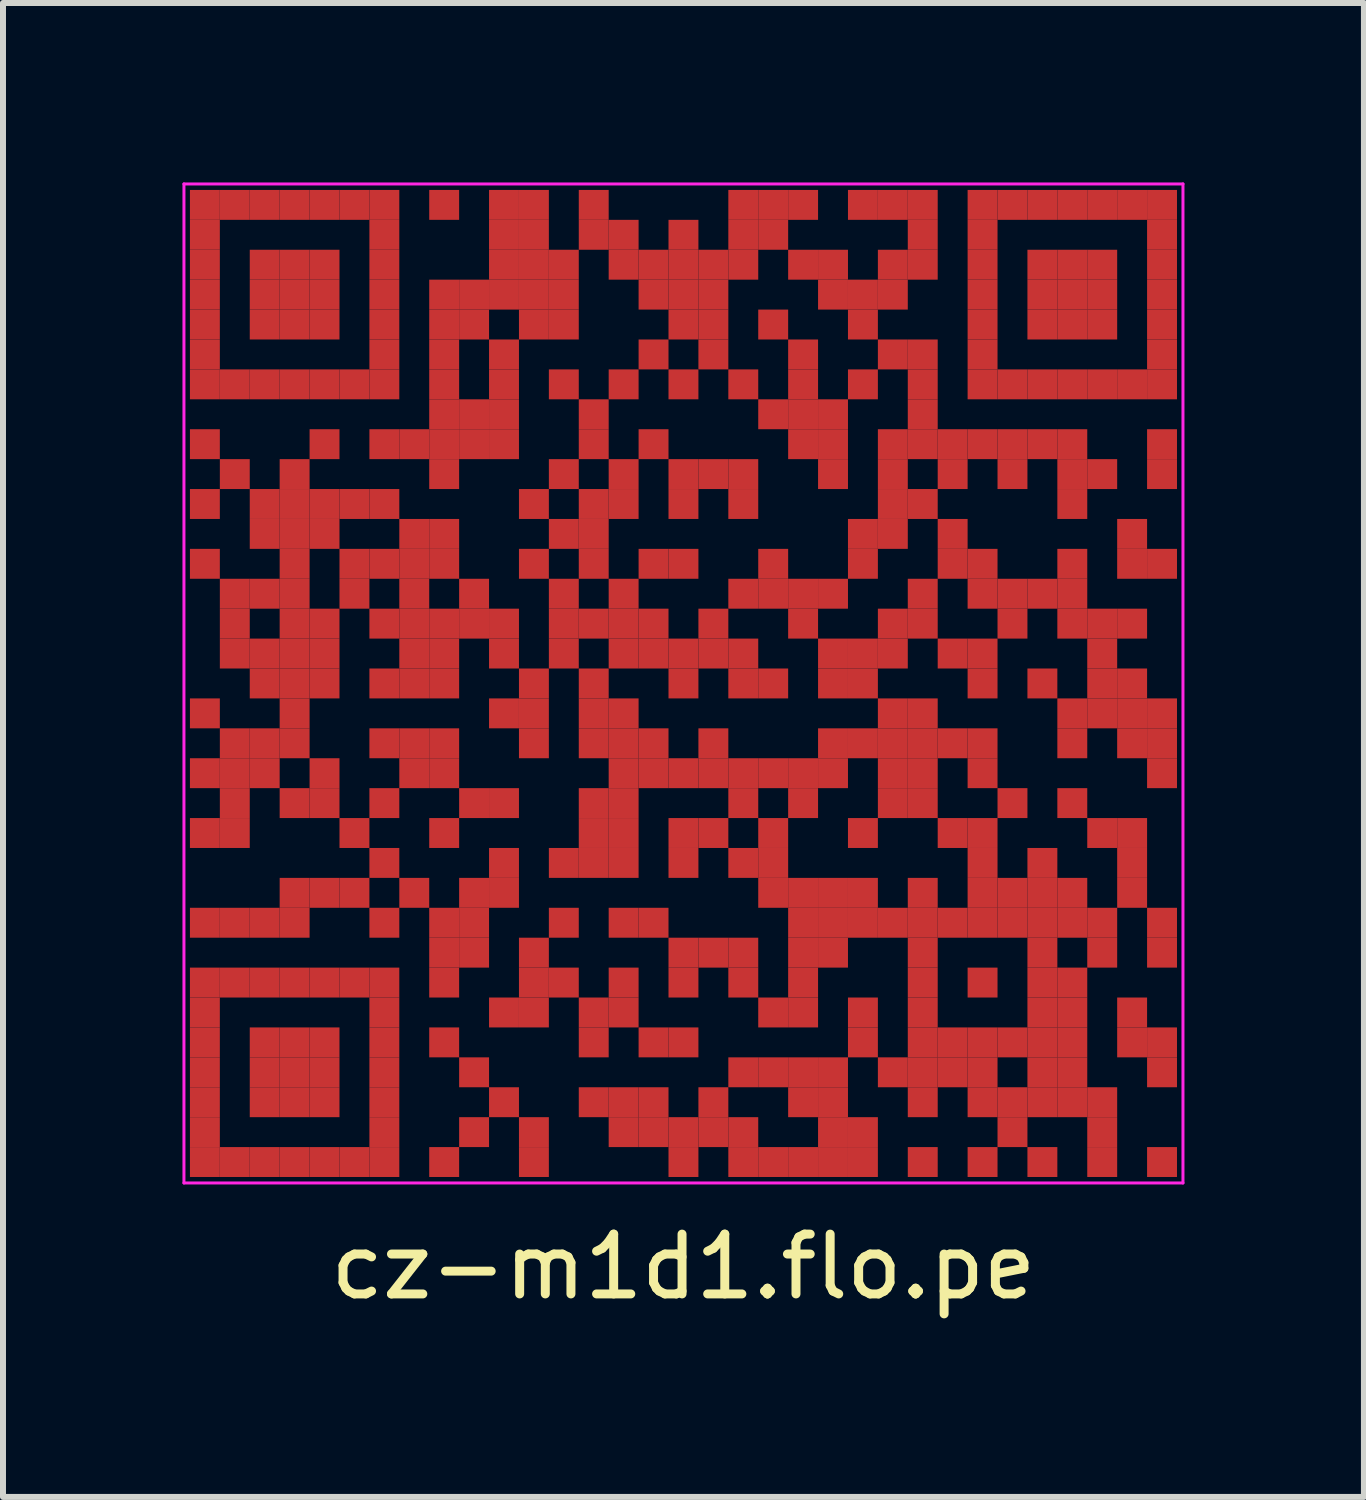
<source format=kicad_pcb>
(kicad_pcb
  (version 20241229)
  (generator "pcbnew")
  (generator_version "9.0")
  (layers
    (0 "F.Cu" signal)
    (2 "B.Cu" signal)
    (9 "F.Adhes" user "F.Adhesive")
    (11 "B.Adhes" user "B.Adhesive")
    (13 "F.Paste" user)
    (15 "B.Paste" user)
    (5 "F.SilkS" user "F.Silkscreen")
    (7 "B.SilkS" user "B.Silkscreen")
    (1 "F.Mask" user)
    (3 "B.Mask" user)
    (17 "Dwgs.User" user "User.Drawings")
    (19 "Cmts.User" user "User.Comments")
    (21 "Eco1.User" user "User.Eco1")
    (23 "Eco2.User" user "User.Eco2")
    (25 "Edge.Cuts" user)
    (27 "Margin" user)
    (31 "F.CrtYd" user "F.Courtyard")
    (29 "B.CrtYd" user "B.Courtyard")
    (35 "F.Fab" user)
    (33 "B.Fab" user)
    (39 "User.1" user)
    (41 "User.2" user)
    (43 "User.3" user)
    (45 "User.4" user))
  (footprint "cz-m1d1.flo.pe"
    (layer "F.Cu")
    (at 8.375 8.375)
    (property "Reference" "cz-m1d1.flo.pe" (at 0 9.75 0) (layer "F.SilkS") (effects (font (size 1 1) (thickness 0.15))))
    (fp_rect (start -8.3 -8.3) (end 8.3 8.3) (stroke (width 0) (type default)) (fill yes) (layer "F.Mask"))
    (fp_line (start -8.35 -8.35) (end 8.35 -8.35) (stroke (width 0.05) (type default)) (layer "F.CrtYd"))
    (fp_line (start -8.35 8.35) (end -8.35 -8.35) (stroke (width 0.05) (type default)) (layer "F.CrtYd"))
    (fp_line (start 8.35 -8.35) (end 8.35 8.35) (stroke (width 0.05) (type default)) (layer "F.CrtYd"))
    (fp_line (start 8.35 8.35) (end -8.35 8.35) (stroke (width 0.05) (type default)) (layer "F.CrtYd"))
    (pad "" smd rect (at -8 -8) (size 0.5 0.5) (layers "F.Cu"))
    (pad "" smd rect (at -8 -7.5) (size 0.5 0.5) (layers "F.Cu"))
    (pad "" smd rect (at -8 -7) (size 0.5 0.5) (layers "F.Cu"))
    (pad "" smd rect (at -8 -6.5) (size 0.5 0.5) (layers "F.Cu"))
    (pad "" smd rect (at -8 -6) (size 0.5 0.5) (layers "F.Cu"))
    (pad "" smd rect (at -8 -5.5) (size 0.5 0.5) (layers "F.Cu"))
    (pad "" smd rect (at -8 -5) (size 0.5 0.5) (layers "F.Cu"))
    (pad "" smd rect (at -8 -4) (size 0.5 0.5) (layers "F.Cu"))
    (pad "" smd rect (at -8 -3) (size 0.5 0.5) (layers "F.Cu"))
    (pad "" smd rect (at -8 -2) (size 0.5 0.5) (layers "F.Cu"))
    (pad "" smd rect (at -8 0.5) (size 0.5 0.5) (layers "F.Cu"))
    (pad "" smd rect (at -8 1.5) (size 0.5 0.5) (layers "F.Cu"))
    (pad "" smd rect (at -8 2.5) (size 0.5 0.5) (layers "F.Cu"))
    (pad "" smd rect (at -8 4) (size 0.5 0.5) (layers "F.Cu"))
    (pad "" smd rect (at -8 5) (size 0.5 0.5) (layers "F.Cu"))
    (pad "" smd rect (at -8 5.5) (size 0.5 0.5) (layers "F.Cu"))
    (pad "" smd rect (at -8 6) (size 0.5 0.5) (layers "F.Cu"))
    (pad "" smd rect (at -8 6.5) (size 0.5 0.5) (layers "F.Cu"))
    (pad "" smd rect (at -8 7) (size 0.5 0.5) (layers "F.Cu"))
    (pad "" smd rect (at -8 7.5) (size 0.5 0.5) (layers "F.Cu"))
    (pad "" smd rect (at -8 8) (size 0.5 0.5) (layers "F.Cu"))
    (pad "" smd rect (at -7.5 -8) (size 0.5 0.5) (layers "F.Cu"))
    (pad "" smd rect (at -7.5 -5) (size 0.5 0.5) (layers "F.Cu"))
    (pad "" smd rect (at -7.5 -3.5) (size 0.5 0.5) (layers "F.Cu"))
    (pad "" smd rect (at -7.5 -1.5) (size 0.5 0.5) (layers "F.Cu"))
    (pad "" smd rect (at -7.5 -1) (size 0.5 0.5) (layers "F.Cu"))
    (pad "" smd rect (at -7.5 -0.5) (size 0.5 0.5) (layers "F.Cu"))
    (pad "" smd rect (at -7.5 1) (size 0.5 0.5) (layers "F.Cu"))
    (pad "" smd rect (at -7.5 1.5) (size 0.5 0.5) (layers "F.Cu"))
    (pad "" smd rect (at -7.5 2) (size 0.5 0.5) (layers "F.Cu"))
    (pad "" smd rect (at -7.5 2.5) (size 0.5 0.5) (layers "F.Cu"))
    (pad "" smd rect (at -7.5 4) (size 0.5 0.5) (layers "F.Cu"))
    (pad "" smd rect (at -7.5 5) (size 0.5 0.5) (layers "F.Cu"))
    (pad "" smd rect (at -7.5 8) (size 0.5 0.5) (layers "F.Cu"))
    (pad "" smd rect (at -7 -8) (size 0.5 0.5) (layers "F.Cu"))
    (pad "" smd rect (at -7 -7) (size 0.5 0.5) (layers "F.Cu"))
    (pad "" smd rect (at -7 -6.5) (size 0.5 0.5) (layers "F.Cu"))
    (pad "" smd rect (at -7 -6) (size 0.5 0.5) (layers "F.Cu"))
    (pad "" smd rect (at -7 -5) (size 0.5 0.5) (layers "F.Cu"))
    (pad "" smd rect (at -7 -3) (size 0.5 0.5) (layers "F.Cu"))
    (pad "" smd rect (at -7 -2.5) (size 0.5 0.5) (layers "F.Cu"))
    (pad "" smd rect (at -7 -1.5) (size 0.5 0.5) (layers "F.Cu"))
    (pad "" smd rect (at -7 -0.5) (size 0.5 0.5) (layers "F.Cu"))
    (pad "" smd rect (at -7 0) (size 0.5 0.5) (layers "F.Cu"))
    (pad "" smd rect (at -7 1) (size 0.5 0.5) (layers "F.Cu"))
    (pad "" smd rect (at -7 1.5) (size 0.5 0.5) (layers "F.Cu"))
    (pad "" smd rect (at -7 4) (size 0.5 0.5) (layers "F.Cu"))
    (pad "" smd rect (at -7 5) (size 0.5 0.5) (layers "F.Cu"))
    (pad "" smd rect (at -7 6) (size 0.5 0.5) (layers "F.Cu"))
    (pad "" smd rect (at -7 6.5) (size 0.5 0.5) (layers "F.Cu"))
    (pad "" smd rect (at -7 7) (size 0.5 0.5) (layers "F.Cu"))
    (pad "" smd rect (at -7 8) (size 0.5 0.5) (layers "F.Cu"))
    (pad "" smd rect (at -6.5 -8) (size 0.5 0.5) (layers "F.Cu"))
    (pad "" smd rect (at -6.5 -7) (size 0.5 0.5) (layers "F.Cu"))
    (pad "" smd rect (at -6.5 -6.5) (size 0.5 0.5) (layers "F.Cu"))
    (pad "" smd rect (at -6.5 -6) (size 0.5 0.5) (layers "F.Cu"))
    (pad "" smd rect (at -6.5 -5) (size 0.5 0.5) (layers "F.Cu"))
    (pad "" smd rect (at -6.5 -3.5) (size 0.5 0.5) (layers "F.Cu"))
    (pad "" smd rect (at -6.5 -3) (size 0.5 0.5) (layers "F.Cu"))
    (pad "" smd rect (at -6.5 -2.5) (size 0.5 0.5) (layers "F.Cu"))
    (pad "" smd rect (at -6.5 -2) (size 0.5 0.5) (layers "F.Cu"))
    (pad "" smd rect (at -6.5 -1.5) (size 0.5 0.5) (layers "F.Cu"))
    (pad "" smd rect (at -6.5 -1) (size 0.5 0.5) (layers "F.Cu"))
    (pad "" smd rect (at -6.5 -0.5) (size 0.5 0.5) (layers "F.Cu"))
    (pad "" smd rect (at -6.5 0) (size 0.5 0.5) (layers "F.Cu"))
    (pad "" smd rect (at -6.5 0.5) (size 0.5 0.5) (layers "F.Cu"))
    (pad "" smd rect (at -6.5 1) (size 0.5 0.5) (layers "F.Cu"))
    (pad "" smd rect (at -6.5 2) (size 0.5 0.5) (layers "F.Cu"))
    (pad "" smd rect (at -6.5 3.5) (size 0.5 0.5) (layers "F.Cu"))
    (pad "" smd rect (at -6.5 4) (size 0.5 0.5) (layers "F.Cu"))
    (pad "" smd rect (at -6.5 5) (size 0.5 0.5) (layers "F.Cu"))
    (pad "" smd rect (at -6.5 6) (size 0.5 0.5) (layers "F.Cu"))
    (pad "" smd rect (at -6.5 6.5) (size 0.5 0.5) (layers "F.Cu"))
    (pad "" smd rect (at -6.5 7) (size 0.5 0.5) (layers "F.Cu"))
    (pad "" smd rect (at -6.5 8) (size 0.5 0.5) (layers "F.Cu"))
    (pad "" smd rect (at -6 -8) (size 0.5 0.5) (layers "F.Cu"))
    (pad "" smd rect (at -6 -7) (size 0.5 0.5) (layers "F.Cu"))
    (pad "" smd rect (at -6 -6.5) (size 0.5 0.5) (layers "F.Cu"))
    (pad "" smd rect (at -6 -6) (size 0.5 0.5) (layers "F.Cu"))
    (pad "" smd rect (at -6 -5) (size 0.5 0.5) (layers "F.Cu"))
    (pad "" smd rect (at -6 -4) (size 0.5 0.5) (layers "F.Cu"))
    (pad "" smd rect (at -6 -3) (size 0.5 0.5) (layers "F.Cu"))
    (pad "" smd rect (at -6 -2.5) (size 0.5 0.5) (layers "F.Cu"))
    (pad "" smd rect (at -6 -1) (size 0.5 0.5) (layers "F.Cu"))
    (pad "" smd rect (at -6 -0.5) (size 0.5 0.5) (layers "F.Cu"))
    (pad "" smd rect (at -6 0) (size 0.5 0.5) (layers "F.Cu"))
    (pad "" smd rect (at -6 1.5) (size 0.5 0.5) (layers "F.Cu"))
    (pad "" smd rect (at -6 2) (size 0.5 0.5) (layers "F.Cu"))
    (pad "" smd rect (at -6 3.5) (size 0.5 0.5) (layers "F.Cu"))
    (pad "" smd rect (at -6 5) (size 0.5 0.5) (layers "F.Cu"))
    (pad "" smd rect (at -6 6) (size 0.5 0.5) (layers "F.Cu"))
    (pad "" smd rect (at -6 6.5) (size 0.5 0.5) (layers "F.Cu"))
    (pad "" smd rect (at -6 7) (size 0.5 0.5) (layers "F.Cu"))
    (pad "" smd rect (at -6 8) (size 0.5 0.5) (layers "F.Cu"))
    (pad "" smd rect (at -5.5 -8) (size 0.5 0.5) (layers "F.Cu"))
    (pad "" smd rect (at -5.5 -5) (size 0.5 0.5) (layers "F.Cu"))
    (pad "" smd rect (at -5.5 -3) (size 0.5 0.5) (layers "F.Cu"))
    (pad "" smd rect (at -5.5 -2) (size 0.5 0.5) (layers "F.Cu"))
    (pad "" smd rect (at -5.5 -1.5) (size 0.5 0.5) (layers "F.Cu"))
    (pad "" smd rect (at -5.5 2.5) (size 0.5 0.5) (layers "F.Cu"))
    (pad "" smd rect (at -5.5 3.5) (size 0.5 0.5) (layers "F.Cu"))
    (pad "" smd rect (at -5.5 5) (size 0.5 0.5) (layers "F.Cu"))
    (pad "" smd rect (at -5.5 8) (size 0.5 0.5) (layers "F.Cu"))
    (pad "" smd rect (at -5 -8) (size 0.5 0.5) (layers "F.Cu"))
    (pad "" smd rect (at -5 -7.5) (size 0.5 0.5) (layers "F.Cu"))
    (pad "" smd rect (at -5 -7) (size 0.5 0.5) (layers "F.Cu"))
    (pad "" smd rect (at -5 -6.5) (size 0.5 0.5) (layers "F.Cu"))
    (pad "" smd rect (at -5 -6) (size 0.5 0.5) (layers "F.Cu"))
    (pad "" smd rect (at -5 -5.5) (size 0.5 0.5) (layers "F.Cu"))
    (pad "" smd rect (at -5 -5) (size 0.5 0.5) (layers "F.Cu"))
    (pad "" smd rect (at -5 -4) (size 0.5 0.5) (layers "F.Cu"))
    (pad "" smd rect (at -5 -3) (size 0.5 0.5) (layers "F.Cu"))
    (pad "" smd rect (at -5 -2) (size 0.5 0.5) (layers "F.Cu"))
    (pad "" smd rect (at -5 -1) (size 0.5 0.5) (layers "F.Cu"))
    (pad "" smd rect (at -5 0) (size 0.5 0.5) (layers "F.Cu"))
    (pad "" smd rect (at -5 1) (size 0.5 0.5) (layers "F.Cu"))
    (pad "" smd rect (at -5 2) (size 0.5 0.5) (layers "F.Cu"))
    (pad "" smd rect (at -5 3) (size 0.5 0.5) (layers "F.Cu"))
    (pad "" smd rect (at -5 4) (size 0.5 0.5) (layers "F.Cu"))
    (pad "" smd rect (at -5 5) (size 0.5 0.5) (layers "F.Cu"))
    (pad "" smd rect (at -5 5.5) (size 0.5 0.5) (layers "F.Cu"))
    (pad "" smd rect (at -5 6) (size 0.5 0.5) (layers "F.Cu"))
    (pad "" smd rect (at -5 6.5) (size 0.5 0.5) (layers "F.Cu"))
    (pad "" smd rect (at -5 7) (size 0.5 0.5) (layers "F.Cu"))
    (pad "" smd rect (at -5 7.5) (size 0.5 0.5) (layers "F.Cu"))
    (pad "" smd rect (at -5 8) (size 0.5 0.5) (layers "F.Cu"))
    (pad "" smd rect (at -4.5 -4) (size 0.5 0.5) (layers "F.Cu"))
    (pad "" smd rect (at -4.5 -2.5) (size 0.5 0.5) (layers "F.Cu"))
    (pad "" smd rect (at -4.5 -2) (size 0.5 0.5) (layers "F.Cu"))
    (pad "" smd rect (at -4.5 -1.5) (size 0.5 0.5) (layers "F.Cu"))
    (pad "" smd rect (at -4.5 -1) (size 0.5 0.5) (layers "F.Cu"))
    (pad "" smd rect (at -4.5 -0.5) (size 0.5 0.5) (layers "F.Cu"))
    (pad "" smd rect (at -4.5 0) (size 0.5 0.5) (layers "F.Cu"))
    (pad "" smd rect (at -4.5 1) (size 0.5 0.5) (layers "F.Cu"))
    (pad "" smd rect (at -4.5 1.5) (size 0.5 0.5) (layers "F.Cu"))
    (pad "" smd rect (at -4.5 3.5) (size 0.5 0.5) (layers "F.Cu"))
    (pad "" smd rect (at -4 -8) (size 0.5 0.5) (layers "F.Cu"))
    (pad "" smd rect (at -4 -6.5) (size 0.5 0.5) (layers "F.Cu"))
    (pad "" smd rect (at -4 -6) (size 0.5 0.5) (layers "F.Cu"))
    (pad "" smd rect (at -4 -5.5) (size 0.5 0.5) (layers "F.Cu"))
    (pad "" smd rect (at -4 -5) (size 0.5 0.5) (layers "F.Cu"))
    (pad "" smd rect (at -4 -4.5) (size 0.5 0.5) (layers "F.Cu"))
    (pad "" smd rect (at -4 -4) (size 0.5 0.5) (layers "F.Cu"))
    (pad "" smd rect (at -4 -3.5) (size 0.5 0.5) (layers "F.Cu"))
    (pad "" smd rect (at -4 -2.5) (size 0.5 0.5) (layers "F.Cu"))
    (pad "" smd rect (at -4 -2) (size 0.5 0.5) (layers "F.Cu"))
    (pad "" smd rect (at -4 -1) (size 0.5 0.5) (layers "F.Cu"))
    (pad "" smd rect (at -4 -0.5) (size 0.5 0.5) (layers "F.Cu"))
    (pad "" smd rect (at -4 0) (size 0.5 0.5) (layers "F.Cu"))
    (pad "" smd rect (at -4 1) (size 0.5 0.5) (layers "F.Cu"))
    (pad "" smd rect (at -4 1.5) (size 0.5 0.5) (layers "F.Cu"))
    (pad "" smd rect (at -4 2.5) (size 0.5 0.5) (layers "F.Cu"))
    (pad "" smd rect (at -4 4) (size 0.5 0.5) (layers "F.Cu"))
    (pad "" smd rect (at -4 4.5) (size 0.5 0.5) (layers "F.Cu"))
    (pad "" smd rect (at -4 5) (size 0.5 0.5) (layers "F.Cu"))
    (pad "" smd rect (at -4 6) (size 0.5 0.5) (layers "F.Cu"))
    (pad "" smd rect (at -4 8) (size 0.5 0.5) (layers "F.Cu"))
    (pad "" smd rect (at -3.5 -6.5) (size 0.5 0.5) (layers "F.Cu"))
    (pad "" smd rect (at -3.5 -6) (size 0.5 0.5) (layers "F.Cu"))
    (pad "" smd rect (at -3.5 -4.5) (size 0.5 0.5) (layers "F.Cu"))
    (pad "" smd rect (at -3.5 -4) (size 0.5 0.5) (layers "F.Cu"))
    (pad "" smd rect (at -3.5 -1.5) (size 0.5 0.5) (layers "F.Cu"))
    (pad "" smd rect (at -3.5 -1) (size 0.5 0.5) (layers "F.Cu"))
    (pad "" smd rect (at -3.5 2) (size 0.5 0.5) (layers "F.Cu"))
    (pad "" smd rect (at -3.5 3.5) (size 0.5 0.5) (layers "F.Cu"))
    (pad "" smd rect (at -3.5 4) (size 0.5 0.5) (layers "F.Cu"))
    (pad "" smd rect (at -3.5 4.5) (size 0.5 0.5) (layers "F.Cu"))
    (pad "" smd rect (at -3.5 6.5) (size 0.5 0.5) (layers "F.Cu"))
    (pad "" smd rect (at -3.5 7.5) (size 0.5 0.5) (layers "F.Cu"))
    (pad "" smd rect (at -3 -8) (size 0.5 0.5) (layers "F.Cu"))
    (pad "" smd rect (at -3 -7.5) (size 0.5 0.5) (layers "F.Cu"))
    (pad "" smd rect (at -3 -7) (size 0.5 0.5) (layers "F.Cu"))
    (pad "" smd rect (at -3 -6.5) (size 0.5 0.5) (layers "F.Cu"))
    (pad "" smd rect (at -3 -5.5) (size 0.5 0.5) (layers "F.Cu"))
    (pad "" smd rect (at -3 -5) (size 0.5 0.5) (layers "F.Cu"))
    (pad "" smd rect (at -3 -4.5) (size 0.5 0.5) (layers "F.Cu"))
    (pad "" smd rect (at -3 -4) (size 0.5 0.5) (layers "F.Cu"))
    (pad "" smd rect (at -3 -1) (size 0.5 0.5) (layers "F.Cu"))
    (pad "" smd rect (at -3 -0.5) (size 0.5 0.5) (layers "F.Cu"))
    (pad "" smd rect (at -3 0.5) (size 0.5 0.5) (layers "F.Cu"))
    (pad "" smd rect (at -3 2) (size 0.5 0.5) (layers "F.Cu"))
    (pad "" smd rect (at -3 3) (size 0.5 0.5) (layers "F.Cu"))
    (pad "" smd rect (at -3 3.5) (size 0.5 0.5) (layers "F.Cu"))
    (pad "" smd rect (at -3 5.5) (size 0.5 0.5) (layers "F.Cu"))
    (pad "" smd rect (at -3 7) (size 0.5 0.5) (layers "F.Cu"))
    (pad "" smd rect (at -2.5 -8) (size 0.5 0.5) (layers "F.Cu"))
    (pad "" smd rect (at -2.5 -7.5) (size 0.5 0.5) (layers "F.Cu"))
    (pad "" smd rect (at -2.5 -7) (size 0.5 0.5) (layers "F.Cu"))
    (pad "" smd rect (at -2.5 -6.5) (size 0.5 0.5) (layers "F.Cu"))
    (pad "" smd rect (at -2.5 -6) (size 0.5 0.5) (layers "F.Cu"))
    (pad "" smd rect (at -2.5 -3) (size 0.5 0.5) (layers "F.Cu"))
    (pad "" smd rect (at -2.5 -2) (size 0.5 0.5) (layers "F.Cu"))
    (pad "" smd rect (at -2.5 0) (size 0.5 0.5) (layers "F.Cu"))
    (pad "" smd rect (at -2.5 0.5) (size 0.5 0.5) (layers "F.Cu"))
    (pad "" smd rect (at -2.5 1) (size 0.5 0.5) (layers "F.Cu"))
    (pad "" smd rect (at -2.5 4.5) (size 0.5 0.5) (layers "F.Cu"))
    (pad "" smd rect (at -2.5 5) (size 0.5 0.5) (layers "F.Cu"))
    (pad "" smd rect (at -2.5 5.5) (size 0.5 0.5) (layers "F.Cu"))
    (pad "" smd rect (at -2.5 7.5) (size 0.5 0.5) (layers "F.Cu"))
    (pad "" smd rect (at -2.5 8) (size 0.5 0.5) (layers "F.Cu"))
    (pad "" smd rect (at -2 -7) (size 0.5 0.5) (layers "F.Cu"))
    (pad "" smd rect (at -2 -6.5) (size 0.5 0.5) (layers "F.Cu"))
    (pad "" smd rect (at -2 -6) (size 0.5 0.5) (layers "F.Cu"))
    (pad "" smd rect (at -2 -5) (size 0.5 0.5) (layers "F.Cu"))
    (pad "" smd rect (at -2 -3.5) (size 0.5 0.5) (layers "F.Cu"))
    (pad "" smd rect (at -2 -2.5) (size 0.5 0.5) (layers "F.Cu"))
    (pad "" smd rect (at -2 -1.5) (size 0.5 0.5) (layers "F.Cu"))
    (pad "" smd rect (at -2 -1) (size 0.5 0.5) (layers "F.Cu"))
    (pad "" smd rect (at -2 -0.5) (size 0.5 0.5) (layers "F.Cu"))
    (pad "" smd rect (at -2 3) (size 0.5 0.5) (layers "F.Cu"))
    (pad "" smd rect (at -2 4) (size 0.5 0.5) (layers "F.Cu"))
    (pad "" smd rect (at -2 5) (size 0.5 0.5) (layers "F.Cu"))
    (pad "" smd rect (at -1.5 -8) (size 0.5 0.5) (layers "F.Cu"))
    (pad "" smd rect (at -1.5 -7.5) (size 0.5 0.5) (layers "F.Cu"))
    (pad "" smd rect (at -1.5 -4.5) (size 0.5 0.5) (layers "F.Cu"))
    (pad "" smd rect (at -1.5 -4) (size 0.5 0.5) (layers "F.Cu"))
    (pad "" smd rect (at -1.5 -3) (size 0.5 0.5) (layers "F.Cu"))
    (pad "" smd rect (at -1.5 -2.5) (size 0.5 0.5) (layers "F.Cu"))
    (pad "" smd rect (at -1.5 -2) (size 0.5 0.5) (layers "F.Cu"))
    (pad "" smd rect (at -1.5 -1) (size 0.5 0.5) (layers "F.Cu"))
    (pad "" smd rect (at -1.5 0) (size 0.5 0.5) (layers "F.Cu"))
    (pad "" smd rect (at -1.5 0.5) (size 0.5 0.5) (layers "F.Cu"))
    (pad "" smd rect (at -1.5 1) (size 0.5 0.5) (layers "F.Cu"))
    (pad "" smd rect (at -1.5 2) (size 0.5 0.5) (layers "F.Cu"))
    (pad "" smd rect (at -1.5 2.5) (size 0.5 0.5) (layers "F.Cu"))
    (pad "" smd rect (at -1.5 3) (size 0.5 0.5) (layers "F.Cu"))
    (pad "" smd rect (at -1.5 5.5) (size 0.5 0.5) (layers "F.Cu"))
    (pad "" smd rect (at -1.5 6) (size 0.5 0.5) (layers "F.Cu"))
    (pad "" smd rect (at -1.5 7) (size 0.5 0.5) (layers "F.Cu"))
    (pad "" smd rect (at -1 -7.5) (size 0.5 0.5) (layers "F.Cu"))
    (pad "" smd rect (at -1 -7) (size 0.5 0.5) (layers "F.Cu"))
    (pad "" smd rect (at -1 -5) (size 0.5 0.5) (layers "F.Cu"))
    (pad "" smd rect (at -1 -3.5) (size 0.5 0.5) (layers "F.Cu"))
    (pad "" smd rect (at -1 -3) (size 0.5 0.5) (layers "F.Cu"))
    (pad "" smd rect (at -1 -1.5) (size 0.5 0.5) (layers "F.Cu"))
    (pad "" smd rect (at -1 -1) (size 0.5 0.5) (layers "F.Cu"))
    (pad "" smd rect (at -1 -0.5) (size 0.5 0.5) (layers "F.Cu"))
    (pad "" smd rect (at -1 0.5) (size 0.5 0.5) (layers "F.Cu"))
    (pad "" smd rect (at -1 1) (size 0.5 0.5) (layers "F.Cu"))
    (pad "" smd rect (at -1 1.5) (size 0.5 0.5) (layers "F.Cu"))
    (pad "" smd rect (at -1 2) (size 0.5 0.5) (layers "F.Cu"))
    (pad "" smd rect (at -1 2.5) (size 0.5 0.5) (layers "F.Cu"))
    (pad "" smd rect (at -1 3) (size 0.5 0.5) (layers "F.Cu"))
    (pad "" smd rect (at -1 4) (size 0.5 0.5) (layers "F.Cu"))
    (pad "" smd rect (at -1 5) (size 0.5 0.5) (layers "F.Cu"))
    (pad "" smd rect (at -1 5.5) (size 0.5 0.5) (layers "F.Cu"))
    (pad "" smd rect (at -1 7) (size 0.5 0.5) (layers "F.Cu"))
    (pad "" smd rect (at -1 7.5) (size 0.5 0.5) (layers "F.Cu"))
    (pad "" smd rect (at -0.5 -7) (size 0.5 0.5) (layers "F.Cu"))
    (pad "" smd rect (at -0.5 -6.5) (size 0.5 0.5) (layers "F.Cu"))
    (pad "" smd rect (at -0.5 -5.5) (size 0.5 0.5) (layers "F.Cu"))
    (pad "" smd rect (at -0.5 -4) (size 0.5 0.5) (layers "F.Cu"))
    (pad "" smd rect (at -0.5 -2) (size 0.5 0.5) (layers "F.Cu"))
    (pad "" smd rect (at -0.5 -1) (size 0.5 0.5) (layers "F.Cu"))
    (pad "" smd rect (at -0.5 -0.5) (size 0.5 0.5) (layers "F.Cu"))
    (pad "" smd rect (at -0.5 1) (size 0.5 0.5) (layers "F.Cu"))
    (pad "" smd rect (at -0.5 1.5) (size 0.5 0.5) (layers "F.Cu"))
    (pad "" smd rect (at -0.5 4) (size 0.5 0.5) (layers "F.Cu"))
    (pad "" smd rect (at -0.5 6) (size 0.5 0.5) (layers "F.Cu"))
    (pad "" smd rect (at -0.5 7) (size 0.5 0.5) (layers "F.Cu"))
    (pad "" smd rect (at -0.5 7.5) (size 0.5 0.5) (layers "F.Cu"))
    (pad "" smd rect (at 0 -7.5) (size 0.5 0.5) (layers "F.Cu"))
    (pad "" smd rect (at 0 -7) (size 0.5 0.5) (layers "F.Cu"))
    (pad "" smd rect (at 0 -6.5) (size 0.5 0.5) (layers "F.Cu"))
    (pad "" smd rect (at 0 -6) (size 0.5 0.5) (layers "F.Cu"))
    (pad "" smd rect (at 0 -5) (size 0.5 0.5) (layers "F.Cu"))
    (pad "" smd rect (at 0 -3.5) (size 0.5 0.5) (layers "F.Cu"))
    (pad "" smd rect (at 0 -3) (size 0.5 0.5) (layers "F.Cu"))
    (pad "" smd rect (at 0 -2) (size 0.5 0.5) (layers "F.Cu"))
    (pad "" smd rect (at 0 -0.5) (size 0.5 0.5) (layers "F.Cu"))
    (pad "" smd rect (at 0 0) (size 0.5 0.5) (layers "F.Cu"))
    (pad "" smd rect (at 0 1.5) (size 0.5 0.5) (layers "F.Cu"))
    (pad "" smd rect (at 0 2.5) (size 0.5 0.5) (layers "F.Cu"))
    (pad "" smd rect (at 0 3) (size 0.5 0.5) (layers "F.Cu"))
    (pad "" smd rect (at 0 4.5) (size 0.5 0.5) (layers "F.Cu"))
    (pad "" smd rect (at 0 5) (size 0.5 0.5) (layers "F.Cu"))
    (pad "" smd rect (at 0 6) (size 0.5 0.5) (layers "F.Cu"))
    (pad "" smd rect (at 0 7.5) (size 0.5 0.5) (layers "F.Cu"))
    (pad "" smd rect (at 0 8) (size 0.5 0.5) (layers "F.Cu"))
    (pad "" smd rect (at 0.5 -7) (size 0.5 0.5) (layers "F.Cu"))
    (pad "" smd rect (at 0.5 -6.5) (size 0.5 0.5) (layers "F.Cu"))
    (pad "" smd rect (at 0.5 -6) (size 0.5 0.5) (layers "F.Cu"))
    (pad "" smd rect (at 0.5 -5.5) (size 0.5 0.5) (layers "F.Cu"))
    (pad "" smd rect (at 0.5 -3.5) (size 0.5 0.5) (layers "F.Cu"))
    (pad "" smd rect (at 0.5 -1) (size 0.5 0.5) (layers "F.Cu"))
    (pad "" smd rect (at 0.5 -0.5) (size 0.5 0.5) (layers "F.Cu"))
    (pad "" smd rect (at 0.5 1) (size 0.5 0.5) (layers "F.Cu"))
    (pad "" smd rect (at 0.5 1.5) (size 0.5 0.5) (layers "F.Cu"))
    (pad "" smd rect (at 0.5 2.5) (size 0.5 0.5) (layers "F.Cu"))
    (pad "" smd rect (at 0.5 4.5) (size 0.5 0.5) (layers "F.Cu"))
    (pad "" smd rect (at 0.5 7) (size 0.5 0.5) (layers "F.Cu"))
    (pad "" smd rect (at 0.5 7.5) (size 0.5 0.5) (layers "F.Cu"))
    (pad "" smd rect (at 1 -8) (size 0.5 0.5) (layers "F.Cu"))
    (pad "" smd rect (at 1 -7.5) (size 0.5 0.5) (layers "F.Cu"))
    (pad "" smd rect (at 1 -7) (size 0.5 0.5) (layers "F.Cu"))
    (pad "" smd rect (at 1 -5) (size 0.5 0.5) (layers "F.Cu"))
    (pad "" smd rect (at 1 -3.5) (size 0.5 0.5) (layers "F.Cu"))
    (pad "" smd rect (at 1 -3) (size 0.5 0.5) (layers "F.Cu"))
    (pad "" smd rect (at 1 -1.5) (size 0.5 0.5) (layers "F.Cu"))
    (pad "" smd rect (at 1 -0.5) (size 0.5 0.5) (layers "F.Cu"))
    (pad "" smd rect (at 1 0) (size 0.5 0.5) (layers "F.Cu"))
    (pad "" smd rect (at 1 1.5) (size 0.5 0.5) (layers "F.Cu"))
    (pad "" smd rect (at 1 2) (size 0.5 0.5) (layers "F.Cu"))
    (pad "" smd rect (at 1 3) (size 0.5 0.5) (layers "F.Cu"))
    (pad "" smd rect (at 1 4.5) (size 0.5 0.5) (layers "F.Cu"))
    (pad "" smd rect (at 1 5) (size 0.5 0.5) (layers "F.Cu"))
    (pad "" smd rect (at 1 6.5) (size 0.5 0.5) (layers "F.Cu"))
    (pad "" smd rect (at 1 7.5) (size 0.5 0.5) (layers "F.Cu"))
    (pad "" smd rect (at 1 8) (size 0.5 0.5) (layers "F.Cu"))
    (pad "" smd rect (at 1.5 -8) (size 0.5 0.5) (layers "F.Cu"))
    (pad "" smd rect (at 1.5 -7.5) (size 0.5 0.5) (layers "F.Cu"))
    (pad "" smd rect (at 1.5 -6) (size 0.5 0.5) (layers "F.Cu"))
    (pad "" smd rect (at 1.5 -4.5) (size 0.5 0.5) (layers "F.Cu"))
    (pad "" smd rect (at 1.5 -2) (size 0.5 0.5) (layers "F.Cu"))
    (pad "" smd rect (at 1.5 -1.5) (size 0.5 0.5) (layers "F.Cu"))
    (pad "" smd rect (at 1.5 0) (size 0.5 0.5) (layers "F.Cu"))
    (pad "" smd rect (at 1.5 1.5) (size 0.5 0.5) (layers "F.Cu"))
    (pad "" smd rect (at 1.5 2.5) (size 0.5 0.5) (layers "F.Cu"))
    (pad "" smd rect (at 1.5 3) (size 0.5 0.5) (layers "F.Cu"))
    (pad "" smd rect (at 1.5 3.5) (size 0.5 0.5) (layers "F.Cu"))
    (pad "" smd rect (at 1.5 5.5) (size 0.5 0.5) (layers "F.Cu"))
    (pad "" smd rect (at 1.5 6.5) (size 0.5 0.5) (layers "F.Cu"))
    (pad "" smd rect (at 1.5 8) (size 0.5 0.5) (layers "F.Cu"))
    (pad "" smd rect (at 2 -8) (size 0.5 0.5) (layers "F.Cu"))
    (pad "" smd rect (at 2 -7) (size 0.5 0.5) (layers "F.Cu"))
    (pad "" smd rect (at 2 -5.5) (size 0.5 0.5) (layers "F.Cu"))
    (pad "" smd rect (at 2 -5) (size 0.5 0.5) (layers "F.Cu"))
    (pad "" smd rect (at 2 -4.5) (size 0.5 0.5) (layers "F.Cu"))
    (pad "" smd rect (at 2 -4) (size 0.5 0.5) (layers "F.Cu"))
    (pad "" smd rect (at 2 -1.5) (size 0.5 0.5) (layers "F.Cu"))
    (pad "" smd rect (at 2 -1) (size 0.5 0.5) (layers "F.Cu"))
    (pad "" smd rect (at 2 1.5) (size 0.5 0.5) (layers "F.Cu"))
    (pad "" smd rect (at 2 2) (size 0.5 0.5) (layers "F.Cu"))
    (pad "" smd rect (at 2 3.5) (size 0.5 0.5) (layers "F.Cu"))
    (pad "" smd rect (at 2 4) (size 0.5 0.5) (layers "F.Cu"))
    (pad "" smd rect (at 2 4.5) (size 0.5 0.5) (layers "F.Cu"))
    (pad "" smd rect (at 2 5) (size 0.5 0.5) (layers "F.Cu"))
    (pad "" smd rect (at 2 5.5) (size 0.5 0.5) (layers "F.Cu"))
    (pad "" smd rect (at 2 6.5) (size 0.5 0.5) (layers "F.Cu"))
    (pad "" smd rect (at 2 7) (size 0.5 0.5) (layers "F.Cu"))
    (pad "" smd rect (at 2 8) (size 0.5 0.5) (layers "F.Cu"))
    (pad "" smd rect (at 2.5 -7) (size 0.5 0.5) (layers "F.Cu"))
    (pad "" smd rect (at 2.5 -6.5) (size 0.5 0.5) (layers "F.Cu"))
    (pad "" smd rect (at 2.5 -4.5) (size 0.5 0.5) (layers "F.Cu"))
    (pad "" smd rect (at 2.5 -4) (size 0.5 0.5) (layers "F.Cu"))
    (pad "" smd rect (at 2.5 -3.5) (size 0.5 0.5) (layers "F.Cu"))
    (pad "" smd rect (at 2.5 -1.5) (size 0.5 0.5) (layers "F.Cu"))
    (pad "" smd rect (at 2.5 -0.5) (size 0.5 0.5) (layers "F.Cu"))
    (pad "" smd rect (at 2.5 0) (size 0.5 0.5) (layers "F.Cu"))
    (pad "" smd rect (at 2.5 1) (size 0.5 0.5) (layers "F.Cu"))
    (pad "" smd rect (at 2.5 1.5) (size 0.5 0.5) (layers "F.Cu"))
    (pad "" smd rect (at 2.5 3.5) (size 0.5 0.5) (layers "F.Cu"))
    (pad "" smd rect (at 2.5 4) (size 0.5 0.5) (layers "F.Cu"))
    (pad "" smd rect (at 2.5 4.5) (size 0.5 0.5) (layers "F.Cu"))
    (pad "" smd rect (at 2.5 6.5) (size 0.5 0.5) (layers "F.Cu"))
    (pad "" smd rect (at 2.5 7) (size 0.5 0.5) (layers "F.Cu"))
    (pad "" smd rect (at 2.5 7.5) (size 0.5 0.5) (layers "F.Cu"))
    (pad "" smd rect (at 2.5 8) (size 0.5 0.5) (layers "F.Cu"))
    (pad "" smd rect (at 3 -8) (size 0.5 0.5) (layers "F.Cu"))
    (pad "" smd rect (at 3 -6.5) (size 0.5 0.5) (layers "F.Cu"))
    (pad "" smd rect (at 3 -6) (size 0.5 0.5) (layers "F.Cu"))
    (pad "" smd rect (at 3 -5) (size 0.5 0.5) (layers "F.Cu"))
    (pad "" smd rect (at 3 -2.5) (size 0.5 0.5) (layers "F.Cu"))
    (pad "" smd rect (at 3 -2) (size 0.5 0.5) (layers "F.Cu"))
    (pad "" smd rect (at 3 -0.5) (size 0.5 0.5) (layers "F.Cu"))
    (pad "" smd rect (at 3 0) (size 0.5 0.5) (layers "F.Cu"))
    (pad "" smd rect (at 3 1) (size 0.5 0.5) (layers "F.Cu"))
    (pad "" smd rect (at 3 2.5) (size 0.5 0.5) (layers "F.Cu"))
    (pad "" smd rect (at 3 3.5) (size 0.5 0.5) (layers "F.Cu"))
    (pad "" smd rect (at 3 4) (size 0.5 0.5) (layers "F.Cu"))
    (pad "" smd rect (at 3 5.5) (size 0.5 0.5) (layers "F.Cu"))
    (pad "" smd rect (at 3 6) (size 0.5 0.5) (layers "F.Cu"))
    (pad "" smd rect (at 3 7.5) (size 0.5 0.5) (layers "F.Cu"))
    (pad "" smd rect (at 3 8) (size 0.5 0.5) (layers "F.Cu"))
    (pad "" smd rect (at 3.5 -8) (size 0.5 0.5) (layers "F.Cu"))
    (pad "" smd rect (at 3.5 -7) (size 0.5 0.5) (layers "F.Cu"))
    (pad "" smd rect (at 3.5 -6.5) (size 0.5 0.5) (layers "F.Cu"))
    (pad "" smd rect (at 3.5 -5.5) (size 0.5 0.5) (layers "F.Cu"))
    (pad "" smd rect (at 3.5 -4) (size 0.5 0.5) (layers "F.Cu"))
    (pad "" smd rect (at 3.5 -3.5) (size 0.5 0.5) (layers "F.Cu"))
    (pad "" smd rect (at 3.5 -3) (size 0.5 0.5) (layers "F.Cu"))
    (pad "" smd rect (at 3.5 -2.5) (size 0.5 0.5) (layers "F.Cu"))
    (pad "" smd rect (at 3.5 -1) (size 0.5 0.5) (layers "F.Cu"))
    (pad "" smd rect (at 3.5 -0.5) (size 0.5 0.5) (layers "F.Cu"))
    (pad "" smd rect (at 3.5 0.5) (size 0.5 0.5) (layers "F.Cu"))
    (pad "" smd rect (at 3.5 1) (size 0.5 0.5) (layers "F.Cu"))
    (pad "" smd rect (at 3.5 1.5) (size 0.5 0.5) (layers "F.Cu"))
    (pad "" smd rect (at 3.5 2) (size 0.5 0.5) (layers "F.Cu"))
    (pad "" smd rect (at 3.5 4) (size 0.5 0.5) (layers "F.Cu"))
    (pad "" smd rect (at 3.5 6.5) (size 0.5 0.5) (layers "F.Cu"))
    (pad "" smd rect (at 4 -8) (size 0.5 0.5) (layers "F.Cu"))
    (pad "" smd rect (at 4 -7.5) (size 0.5 0.5) (layers "F.Cu"))
    (pad "" smd rect (at 4 -7) (size 0.5 0.5) (layers "F.Cu"))
    (pad "" smd rect (at 4 -5.5) (size 0.5 0.5) (layers "F.Cu"))
    (pad "" smd rect (at 4 -5) (size 0.5 0.5) (layers "F.Cu"))
    (pad "" smd rect (at 4 -4.5) (size 0.5 0.5) (layers "F.Cu"))
    (pad "" smd rect (at 4 -4) (size 0.5 0.5) (layers "F.Cu"))
    (pad "" smd rect (at 4 -3) (size 0.5 0.5) (layers "F.Cu"))
    (pad "" smd rect (at 4 -1.5) (size 0.5 0.5) (layers "F.Cu"))
    (pad "" smd rect (at 4 -1) (size 0.5 0.5) (layers "F.Cu"))
    (pad "" smd rect (at 4 0.5) (size 0.5 0.5) (layers "F.Cu"))
    (pad "" smd rect (at 4 1) (size 0.5 0.5) (layers "F.Cu"))
    (pad "" smd rect (at 4 1.5) (size 0.5 0.5) (layers "F.Cu"))
    (pad "" smd rect (at 4 2) (size 0.5 0.5) (layers "F.Cu"))
    (pad "" smd rect (at 4 3.5) (size 0.5 0.5) (layers "F.Cu"))
    (pad "" smd rect (at 4 4) (size 0.5 0.5) (layers "F.Cu"))
    (pad "" smd rect (at 4 4.5) (size 0.5 0.5) (layers "F.Cu"))
    (pad "" smd rect (at 4 5) (size 0.5 0.5) (layers "F.Cu"))
    (pad "" smd rect (at 4 5.5) (size 0.5 0.5) (layers "F.Cu"))
    (pad "" smd rect (at 4 6) (size 0.5 0.5) (layers "F.Cu"))
    (pad "" smd rect (at 4 6.5) (size 0.5 0.5) (layers "F.Cu"))
    (pad "" smd rect (at 4 7) (size 0.5 0.5) (layers "F.Cu"))
    (pad "" smd rect (at 4 8) (size 0.5 0.5) (layers "F.Cu"))
    (pad "" smd rect (at 4.5 -4) (size 0.5 0.5) (layers "F.Cu"))
    (pad "" smd rect (at 4.5 -3.5) (size 0.5 0.5) (layers "F.Cu"))
    (pad "" smd rect (at 4.5 -2.5) (size 0.5 0.5) (layers "F.Cu"))
    (pad "" smd rect (at 4.5 -2) (size 0.5 0.5) (layers "F.Cu"))
    (pad "" smd rect (at 4.5 -0.5) (size 0.5 0.5) (layers "F.Cu"))
    (pad "" smd rect (at 4.5 1) (size 0.5 0.5) (layers "F.Cu"))
    (pad "" smd rect (at 4.5 2.5) (size 0.5 0.5) (layers "F.Cu"))
    (pad "" smd rect (at 4.5 4) (size 0.5 0.5) (layers "F.Cu"))
    (pad "" smd rect (at 4.5 6) (size 0.5 0.5) (layers "F.Cu"))
    (pad "" smd rect (at 4.5 6.5) (size 0.5 0.5) (layers "F.Cu"))
    (pad "" smd rect (at 5 -8) (size 0.5 0.5) (layers "F.Cu"))
    (pad "" smd rect (at 5 -7.5) (size 0.5 0.5) (layers "F.Cu"))
    (pad "" smd rect (at 5 -7) (size 0.5 0.5) (layers "F.Cu"))
    (pad "" smd rect (at 5 -6.5) (size 0.5 0.5) (layers "F.Cu"))
    (pad "" smd rect (at 5 -6) (size 0.5 0.5) (layers "F.Cu"))
    (pad "" smd rect (at 5 -5.5) (size 0.5 0.5) (layers "F.Cu"))
    (pad "" smd rect (at 5 -5) (size 0.5 0.5) (layers "F.Cu"))
    (pad "" smd rect (at 5 -4) (size 0.5 0.5) (layers "F.Cu"))
    (pad "" smd rect (at 5 -2) (size 0.5 0.5) (layers "F.Cu"))
    (pad "" smd rect (at 5 -1.5) (size 0.5 0.5) (layers "F.Cu"))
    (pad "" smd rect (at 5 -0.5) (size 0.5 0.5) (layers "F.Cu"))
    (pad "" smd rect (at 5 0) (size 0.5 0.5) (layers "F.Cu"))
    (pad "" smd rect (at 5 1) (size 0.5 0.5) (layers "F.Cu"))
    (pad "" smd rect (at 5 1.5) (size 0.5 0.5) (layers "F.Cu"))
    (pad "" smd rect (at 5 2.5) (size 0.5 0.5) (layers "F.Cu"))
    (pad "" smd rect (at 5 3) (size 0.5 0.5) (layers "F.Cu"))
    (pad "" smd rect (at 5 3.5) (size 0.5 0.5) (layers "F.Cu"))
    (pad "" smd rect (at 5 4) (size 0.5 0.5) (layers "F.Cu"))
    (pad "" smd rect (at 5 5) (size 0.5 0.5) (layers "F.Cu"))
    (pad "" smd rect (at 5 6) (size 0.5 0.5) (layers "F.Cu"))
    (pad "" smd rect (at 5 6.5) (size 0.5 0.5) (layers "F.Cu"))
    (pad "" smd rect (at 5 7) (size 0.5 0.5) (layers "F.Cu"))
    (pad "" smd rect (at 5 8) (size 0.5 0.5) (layers "F.Cu"))
    (pad "" smd rect (at 5.5 -8) (size 0.5 0.5) (layers "F.Cu"))
    (pad "" smd rect (at 5.5 -5) (size 0.5 0.5) (layers "F.Cu"))
    (pad "" smd rect (at 5.5 -4) (size 0.5 0.5) (layers "F.Cu"))
    (pad "" smd rect (at 5.5 -3.5) (size 0.5 0.5) (layers "F.Cu"))
    (pad "" smd rect (at 5.5 -1.5) (size 0.5 0.5) (layers "F.Cu"))
    (pad "" smd rect (at 5.5 -1) (size 0.5 0.5) (layers "F.Cu"))
    (pad "" smd rect (at 5.5 2) (size 0.5 0.5) (layers "F.Cu"))
    (pad "" smd rect (at 5.5 3.5) (size 0.5 0.5) (layers "F.Cu"))
    (pad "" smd rect (at 5.5 4) (size 0.5 0.5) (layers "F.Cu"))
    (pad "" smd rect (at 5.5 6) (size 0.5 0.5) (layers "F.Cu"))
    (pad "" smd rect (at 5.5 7) (size 0.5 0.5) (layers "F.Cu"))
    (pad "" smd rect (at 5.5 7.5) (size 0.5 0.5) (layers "F.Cu"))
    (pad "" smd rect (at 6 -8) (size 0.5 0.5) (layers "F.Cu"))
    (pad "" smd rect (at 6 -7) (size 0.5 0.5) (layers "F.Cu"))
    (pad "" smd rect (at 6 -6.5) (size 0.5 0.5) (layers "F.Cu"))
    (pad "" smd rect (at 6 -6) (size 0.5 0.5) (layers "F.Cu"))
    (pad "" smd rect (at 6 -5) (size 0.5 0.5) (layers "F.Cu"))
    (pad "" smd rect (at 6 -4) (size 0.5 0.5) (layers "F.Cu"))
    (pad "" smd rect (at 6 -1.5) (size 0.5 0.5) (layers "F.Cu"))
    (pad "" smd rect (at 6 0) (size 0.5 0.5) (layers "F.Cu"))
    (pad "" smd rect (at 6 3) (size 0.5 0.5) (layers "F.Cu"))
    (pad "" smd rect (at 6 3.5) (size 0.5 0.5) (layers "F.Cu"))
    (pad "" smd rect (at 6 4) (size 0.5 0.5) (layers "F.Cu"))
    (pad "" smd rect (at 6 4.5) (size 0.5 0.5) (layers "F.Cu"))
    (pad "" smd rect (at 6 5) (size 0.5 0.5) (layers "F.Cu"))
    (pad "" smd rect (at 6 5.5) (size 0.5 0.5) (layers "F.Cu"))
    (pad "" smd rect (at 6 6) (size 0.5 0.5) (layers "F.Cu"))
    (pad "" smd rect (at 6 6.5) (size 0.5 0.5) (layers "F.Cu"))
    (pad "" smd rect (at 6 7) (size 0.5 0.5) (layers "F.Cu"))
    (pad "" smd rect (at 6 8) (size 0.5 0.5) (layers "F.Cu"))
    (pad "" smd rect (at 6.5 -8) (size 0.5 0.5) (layers "F.Cu"))
    (pad "" smd rect (at 6.5 -7) (size 0.5 0.5) (layers "F.Cu"))
    (pad "" smd rect (at 6.5 -6.5) (size 0.5 0.5) (layers "F.Cu"))
    (pad "" smd rect (at 6.5 -6) (size 0.5 0.5) (layers "F.Cu"))
    (pad "" smd rect (at 6.5 -5) (size 0.5 0.5) (layers "F.Cu"))
    (pad "" smd rect (at 6.5 -4) (size 0.5 0.5) (layers "F.Cu"))
    (pad "" smd rect (at 6.5 -3.5) (size 0.5 0.5) (layers "F.Cu"))
    (pad "" smd rect (at 6.5 -3) (size 0.5 0.5) (layers "F.Cu"))
    (pad "" smd rect (at 6.5 -2) (size 0.5 0.5) (layers "F.Cu"))
    (pad "" smd rect (at 6.5 -1.5) (size 0.5 0.5) (layers "F.Cu"))
    (pad "" smd rect (at 6.5 -1) (size 0.5 0.5) (layers "F.Cu"))
    (pad "" smd rect (at 6.5 0.5) (size 0.5 0.5) (layers "F.Cu"))
    (pad "" smd rect (at 6.5 1) (size 0.5 0.5) (layers "F.Cu"))
    (pad "" smd rect (at 6.5 2) (size 0.5 0.5) (layers "F.Cu"))
    (pad "" smd rect (at 6.5 3.5) (size 0.5 0.5) (layers "F.Cu"))
    (pad "" smd rect (at 6.5 4) (size 0.5 0.5) (layers "F.Cu"))
    (pad "" smd rect (at 6.5 5) (size 0.5 0.5) (layers "F.Cu"))
    (pad "" smd rect (at 6.5 5.5) (size 0.5 0.5) (layers "F.Cu"))
    (pad "" smd rect (at 6.5 6) (size 0.5 0.5) (layers "F.Cu"))
    (pad "" smd rect (at 6.5 6.5) (size 0.5 0.5) (layers "F.Cu"))
    (pad "" smd rect (at 6.5 7) (size 0.5 0.5) (layers "F.Cu"))
    (pad "" smd rect (at 7 -8) (size 0.5 0.5) (layers "F.Cu"))
    (pad "" smd rect (at 7 -7) (size 0.5 0.5) (layers "F.Cu"))
    (pad "" smd rect (at 7 -6.5) (size 0.5 0.5) (layers "F.Cu"))
    (pad "" smd rect (at 7 -6) (size 0.5 0.5) (layers "F.Cu"))
    (pad "" smd rect (at 7 -5) (size 0.5 0.5) (layers "F.Cu"))
    (pad "" smd rect (at 7 -3.5) (size 0.5 0.5) (layers "F.Cu"))
    (pad "" smd rect (at 7 -1) (size 0.5 0.5) (layers "F.Cu"))
    (pad "" smd rect (at 7 -0.5) (size 0.5 0.5) (layers "F.Cu"))
    (pad "" smd rect (at 7 0) (size 0.5 0.5) (layers "F.Cu"))
    (pad "" smd rect (at 7 0.5) (size 0.5 0.5) (layers "F.Cu"))
    (pad "" smd rect (at 7 2.5) (size 0.5 0.5) (layers "F.Cu"))
    (pad "" smd rect (at 7 4) (size 0.5 0.5) (layers "F.Cu"))
    (pad "" smd rect (at 7 4.5) (size 0.5 0.5) (layers "F.Cu"))
    (pad "" smd rect (at 7 7) (size 0.5 0.5) (layers "F.Cu"))
    (pad "" smd rect (at 7 7.5) (size 0.5 0.5) (layers "F.Cu"))
    (pad "" smd rect (at 7 8) (size 0.5 0.5) (layers "F.Cu"))
    (pad "" smd rect (at 7.5 -8) (size 0.5 0.5) (layers "F.Cu"))
    (pad "" smd rect (at 7.5 -5) (size 0.5 0.5) (layers "F.Cu"))
    (pad "" smd rect (at 7.5 -2.5) (size 0.5 0.5) (layers "F.Cu"))
    (pad "" smd rect (at 7.5 -2) (size 0.5 0.5) (layers "F.Cu"))
    (pad "" smd rect (at 7.5 -1) (size 0.5 0.5) (layers "F.Cu"))
    (pad "" smd rect (at 7.5 0) (size 0.5 0.5) (layers "F.Cu"))
    (pad "" smd rect (at 7.5 0.5) (size 0.5 0.5) (layers "F.Cu"))
    (pad "" smd rect (at 7.5 1) (size 0.5 0.5) (layers "F.Cu"))
    (pad "" smd rect (at 7.5 2.5) (size 0.5 0.5) (layers "F.Cu"))
    (pad "" smd rect (at 7.5 3) (size 0.5 0.5) (layers "F.Cu"))
    (pad "" smd rect (at 7.5 3.5) (size 0.5 0.5) (layers "F.Cu"))
    (pad "" smd rect (at 7.5 5.5) (size 0.5 0.5) (layers "F.Cu"))
    (pad "" smd rect (at 7.5 6) (size 0.5 0.5) (layers "F.Cu"))
    (pad "" smd rect (at 8 -8) (size 0.5 0.5) (layers "F.Cu"))
    (pad "" smd rect (at 8 -7.5) (size 0.5 0.5) (layers "F.Cu"))
    (pad "" smd rect (at 8 -7) (size 0.5 0.5) (layers "F.Cu"))
    (pad "" smd rect (at 8 -6.5) (size 0.5 0.5) (layers "F.Cu"))
    (pad "" smd rect (at 8 -6) (size 0.5 0.5) (layers "F.Cu"))
    (pad "" smd rect (at 8 -5.5) (size 0.5 0.5) (layers "F.Cu"))
    (pad "" smd rect (at 8 -5) (size 0.5 0.5) (layers "F.Cu"))
    (pad "" smd rect (at 8 -4) (size 0.5 0.5) (layers "F.Cu"))
    (pad "" smd rect (at 8 -3.5) (size 0.5 0.5) (layers "F.Cu"))
    (pad "" smd rect (at 8 -2) (size 0.5 0.5) (layers "F.Cu"))
    (pad "" smd rect (at 8 0.5) (size 0.5 0.5) (layers "F.Cu"))
    (pad "" smd rect (at 8 1) (size 0.5 0.5) (layers "F.Cu"))
    (pad "" smd rect (at 8 1.5) (size 0.5 0.5) (layers "F.Cu"))
    (pad "" smd rect (at 8 4) (size 0.5 0.5) (layers "F.Cu"))
    (pad "" smd rect (at 8 4.5) (size 0.5 0.5) (layers "F.Cu"))
    (pad "" smd rect (at 8 6) (size 0.5 0.5) (layers "F.Cu"))
    (pad "" smd rect (at 8 6.5) (size 0.5 0.5) (layers "F.Cu"))
    (pad "" smd rect (at 8 8) (size 0.5 0.5) (layers "F.Cu")))
  (gr_rect
    (start -3 -3)
    (end 19.75 21.973)
    (stroke (width 0.1) (type default))
    (fill no)
    (layer "Edge.Cuts")))
</source>
